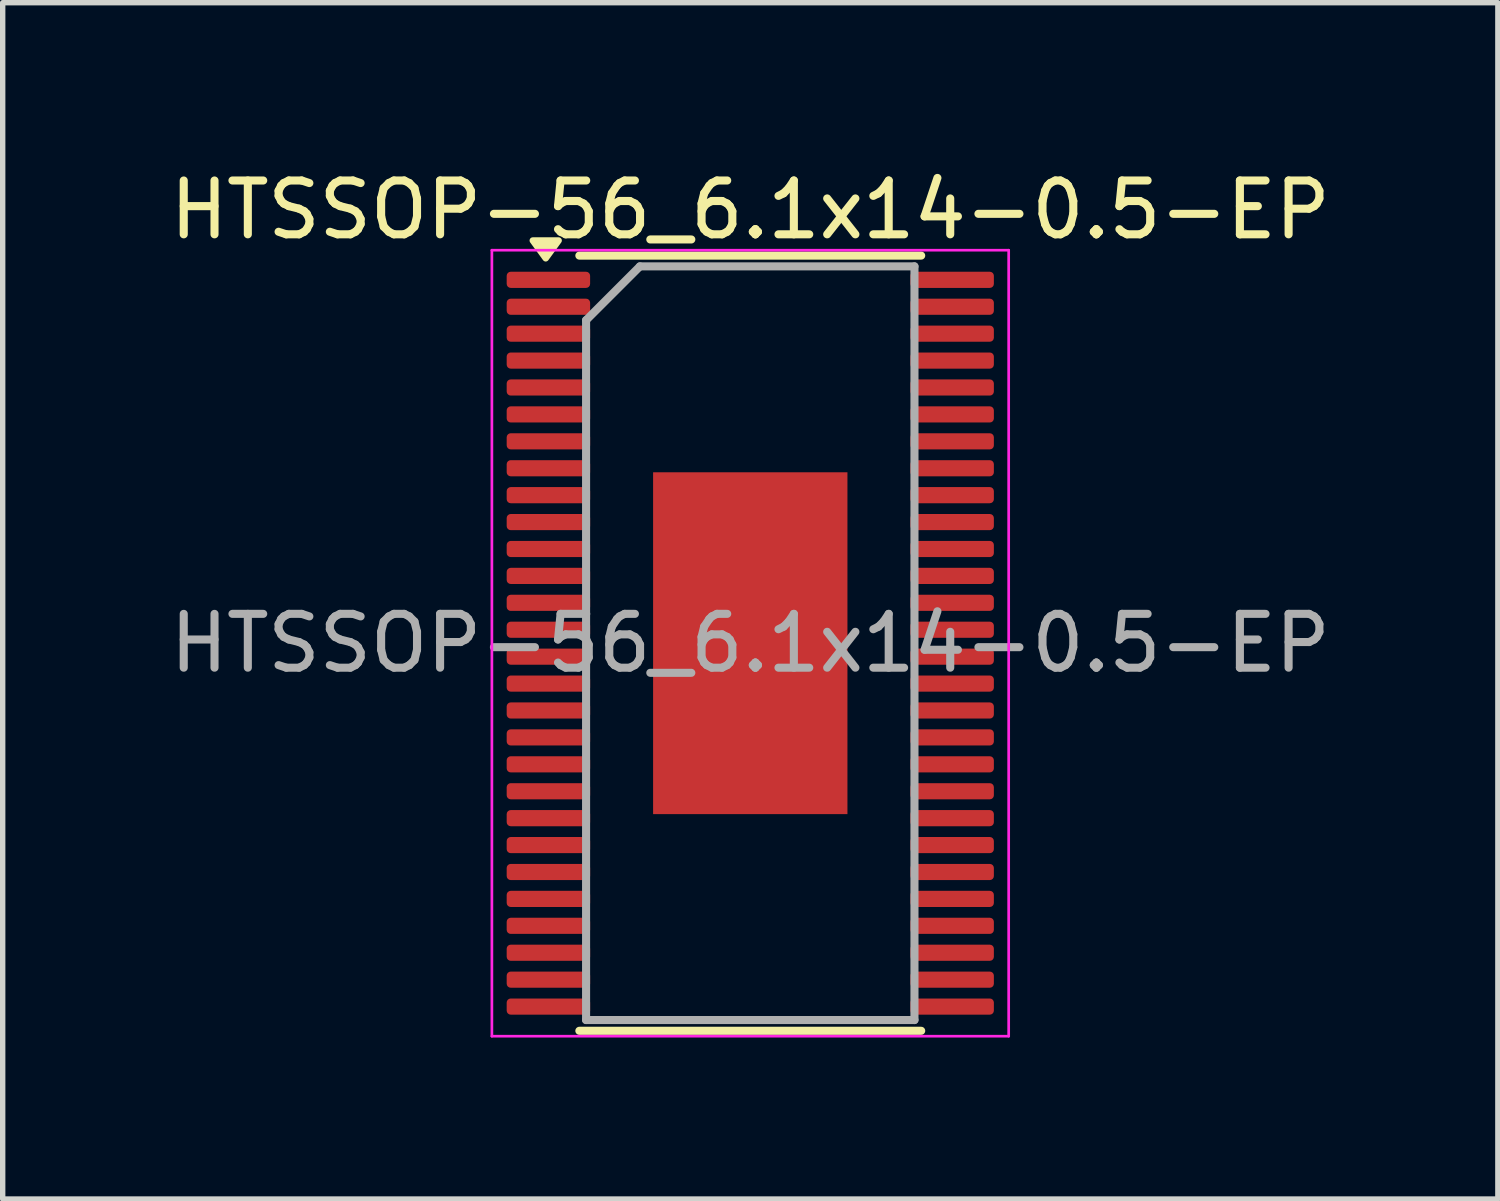
<source format=kicad_pcb>
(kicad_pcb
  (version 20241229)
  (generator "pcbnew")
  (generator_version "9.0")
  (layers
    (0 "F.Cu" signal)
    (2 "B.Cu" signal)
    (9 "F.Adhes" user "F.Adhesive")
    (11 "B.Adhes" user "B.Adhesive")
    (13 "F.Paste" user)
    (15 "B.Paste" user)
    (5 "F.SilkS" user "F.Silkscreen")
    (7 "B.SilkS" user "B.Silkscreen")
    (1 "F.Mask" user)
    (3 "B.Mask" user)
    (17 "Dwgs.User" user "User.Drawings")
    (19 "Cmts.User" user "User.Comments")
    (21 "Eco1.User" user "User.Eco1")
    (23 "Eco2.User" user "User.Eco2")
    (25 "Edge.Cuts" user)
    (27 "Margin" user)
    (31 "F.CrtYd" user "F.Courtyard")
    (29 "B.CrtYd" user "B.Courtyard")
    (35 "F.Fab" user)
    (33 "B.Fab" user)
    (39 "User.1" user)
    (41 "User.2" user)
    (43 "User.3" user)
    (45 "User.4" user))
  (footprint "HTSSOP-56_6.1x14-0.5-EP"
    (layer "F.Cu")
    (at 10.887 8.898)
    (property "Reference" "HTSSOP-56_6.1x14-0.5-EP" (at 0 -8.05 0) (layer "F.SilkS") (effects (font (size 1 1) (thickness 0.15))))
    (attr smd)
    (fp_line (start -3.175 -7.2) (end 3.175 -7.2) (stroke (width 0.15) (type solid)) (layer "F.SilkS"))
    (fp_line (start -3.175 7.2) (end 3.175 7.2) (stroke (width 0.15) (type solid)) (layer "F.SilkS"))
    (fp_poly (pts (xy -3.8 -7.15) (xy -4.04 -7.48) (xy -3.56 -7.48) (xy -3.8 -7.15)) (stroke (width 0.12) (type solid)) (fill yes) (layer "F.SilkS"))
    (fp_rect (start -4.45 -6.825) (end -3.45 -6.675) (stroke (width 0.15) (type solid)) (fill yes) (layer "F.Paste"))
    (fp_rect (start -4.45 -6.325) (end -3.45 -6.175) (stroke (width 0.15) (type solid)) (fill yes) (layer "F.Paste"))
    (fp_rect (start -4.45 -5.825) (end -3.45 -5.675) (stroke (width 0.15) (type solid)) (fill yes) (layer "F.Paste"))
    (fp_rect (start -4.45 -5.325) (end -3.45 -5.175) (stroke (width 0.15) (type solid)) (fill yes) (layer "F.Paste"))
    (fp_rect (start -4.45 -4.825) (end -3.45 -4.675) (stroke (width 0.15) (type solid)) (fill yes) (layer "F.Paste"))
    (fp_rect (start -4.45 -4.325) (end -3.45 -4.175) (stroke (width 0.15) (type solid)) (fill yes) (layer "F.Paste"))
    (fp_rect (start -4.45 -3.825) (end -3.45 -3.675) (stroke (width 0.15) (type solid)) (fill yes) (layer "F.Paste"))
    (fp_rect (start -4.45 -3.325) (end -3.45 -3.175) (stroke (width 0.15) (type solid)) (fill yes) (layer "F.Paste"))
    (fp_rect (start -4.45 -2.825) (end -3.45 -2.675) (stroke (width 0.15) (type solid)) (fill yes) (layer "F.Paste"))
    (fp_rect (start -4.45 -2.325) (end -3.45 -2.175) (stroke (width 0.15) (type solid)) (fill yes) (layer "F.Paste"))
    (fp_rect (start -4.45 -1.825) (end -3.45 -1.675) (stroke (width 0.15) (type solid)) (fill yes) (layer "F.Paste"))
    (fp_rect (start -4.45 -1.325) (end -3.45 -1.175) (stroke (width 0.15) (type solid)) (fill yes) (layer "F.Paste"))
    (fp_rect (start -4.45 -0.825) (end -3.45 -0.675) (stroke (width 0.15) (type solid)) (fill yes) (layer "F.Paste"))
    (fp_rect (start -4.45 -0.325) (end -3.45 -0.175) (stroke (width 0.15) (type solid)) (fill yes) (layer "F.Paste"))
    (fp_rect (start -4.45 0.175) (end -3.45 0.325) (stroke (width 0.15) (type solid)) (fill yes) (layer "F.Paste"))
    (fp_rect (start -4.45 0.675) (end -3.45 0.825) (stroke (width 0.15) (type solid)) (fill yes) (layer "F.Paste"))
    (fp_rect (start -4.45 1.175) (end -3.45 1.325) (stroke (width 0.15) (type solid)) (fill yes) (layer "F.Paste"))
    (fp_rect (start -4.45 1.675) (end -3.45 1.825) (stroke (width 0.15) (type solid)) (fill yes) (layer "F.Paste"))
    (fp_rect (start -4.45 2.175) (end -3.45 2.325) (stroke (width 0.15) (type solid)) (fill yes) (layer "F.Paste"))
    (fp_rect (start -4.45 2.675) (end -3.45 2.825) (stroke (width 0.15) (type solid)) (fill yes) (layer "F.Paste"))
    (fp_rect (start -4.45 3.175) (end -3.45 3.325) (stroke (width 0.15) (type solid)) (fill yes) (layer "F.Paste"))
    (fp_rect (start -4.45 3.675) (end -3.45 3.825) (stroke (width 0.15) (type solid)) (fill yes) (layer "F.Paste"))
    (fp_rect (start -4.45 4.175) (end -3.45 4.325) (stroke (width 0.15) (type solid)) (fill yes) (layer "F.Paste"))
    (fp_rect (start -4.45 4.675) (end -3.45 4.825) (stroke (width 0.15) (type solid)) (fill yes) (layer "F.Paste"))
    (fp_rect (start -4.45 5.175) (end -3.45 5.325) (stroke (width 0.15) (type solid)) (fill yes) (layer "F.Paste"))
    (fp_rect (start -4.45 5.675) (end -3.45 5.825) (stroke (width 0.15) (type solid)) (fill yes) (layer "F.Paste"))
    (fp_rect (start -4.45 6.175) (end -3.45 6.325) (stroke (width 0.15) (type solid)) (fill yes) (layer "F.Paste"))
    (fp_rect (start -4.45 6.675) (end -3.45 6.825) (stroke (width 0.15) (type solid)) (fill yes) (layer "F.Paste"))
    (fp_rect (start 4.45 -6.675) (end 3.45 -6.825) (stroke (width 0.15) (type solid)) (fill yes) (layer "F.Paste"))
    (fp_rect (start 4.45 -6.175) (end 3.45 -6.325) (stroke (width 0.15) (type solid)) (fill yes) (layer "F.Paste"))
    (fp_rect (start 4.45 -5.675) (end 3.45 -5.825) (stroke (width 0.15) (type solid)) (fill yes) (layer "F.Paste"))
    (fp_rect (start 4.45 -5.175) (end 3.45 -5.325) (stroke (width 0.15) (type solid)) (fill yes) (layer "F.Paste"))
    (fp_rect (start 4.45 -4.675) (end 3.45 -4.825) (stroke (width 0.15) (type solid)) (fill yes) (layer "F.Paste"))
    (fp_rect (start 4.45 -4.175) (end 3.45 -4.325) (stroke (width 0.15) (type solid)) (fill yes) (layer "F.Paste"))
    (fp_rect (start 4.45 -3.675) (end 3.45 -3.825) (stroke (width 0.15) (type solid)) (fill yes) (layer "F.Paste"))
    (fp_rect (start 4.45 -3.175) (end 3.45 -3.325) (stroke (width 0.15) (type solid)) (fill yes) (layer "F.Paste"))
    (fp_rect (start 4.45 -2.675) (end 3.45 -2.825) (stroke (width 0.15) (type solid)) (fill yes) (layer "F.Paste"))
    (fp_rect (start 4.45 -2.175) (end 3.45 -2.325) (stroke (width 0.15) (type solid)) (fill yes) (layer "F.Paste"))
    (fp_rect (start 4.45 -1.675) (end 3.45 -1.825) (stroke (width 0.15) (type solid)) (fill yes) (layer "F.Paste"))
    (fp_rect (start 4.45 -1.175) (end 3.45 -1.325) (stroke (width 0.15) (type solid)) (fill yes) (layer "F.Paste"))
    (fp_rect (start 4.45 -0.675) (end 3.45 -0.825) (stroke (width 0.15) (type solid)) (fill yes) (layer "F.Paste"))
    (fp_rect (start 4.45 -0.175) (end 3.45 -0.325) (stroke (width 0.15) (type solid)) (fill yes) (layer "F.Paste"))
    (fp_rect (start 4.45 0.325) (end 3.45 0.175) (stroke (width 0.15) (type solid)) (fill yes) (layer "F.Paste"))
    (fp_rect (start 4.45 0.825) (end 3.45 0.675) (stroke (width 0.15) (type solid)) (fill yes) (layer "F.Paste"))
    (fp_rect (start 4.45 1.325) (end 3.45 1.175) (stroke (width 0.15) (type solid)) (fill yes) (layer "F.Paste"))
    (fp_rect (start 4.45 1.825) (end 3.45 1.675) (stroke (width 0.15) (type solid)) (fill yes) (layer "F.Paste"))
    (fp_rect (start 4.45 2.325) (end 3.45 2.175) (stroke (width 0.15) (type solid)) (fill yes) (layer "F.Paste"))
    (fp_rect (start 4.45 2.825) (end 3.45 2.675) (stroke (width 0.15) (type solid)) (fill yes) (layer "F.Paste"))
    (fp_rect (start 4.45 3.325) (end 3.45 3.175) (stroke (width 0.15) (type solid)) (fill yes) (layer "F.Paste"))
    (fp_rect (start 4.45 3.825) (end 3.45 3.675) (stroke (width 0.15) (type solid)) (fill yes) (layer "F.Paste"))
    (fp_rect (start 4.45 4.325) (end 3.45 4.175) (stroke (width 0.15) (type solid)) (fill yes) (layer "F.Paste"))
    (fp_rect (start 4.45 4.825) (end 3.45 4.675) (stroke (width 0.15) (type solid)) (fill yes) (layer "F.Paste"))
    (fp_rect (start 4.45 5.325) (end 3.45 5.175) (stroke (width 0.15) (type solid)) (fill yes) (layer "F.Paste"))
    (fp_rect (start 4.45 5.825) (end 3.45 5.675) (stroke (width 0.15) (type solid)) (fill yes) (layer "F.Paste"))
    (fp_rect (start 4.45 6.325) (end 3.45 6.175) (stroke (width 0.15) (type solid)) (fill yes) (layer "F.Paste"))
    (fp_rect (start 4.45 6.825) (end 3.45 6.675) (stroke (width 0.15) (type solid)) (fill yes) (layer "F.Paste"))
    (fp_line (start -4.8 -7.3) (end -4.8 7.3) (stroke (width 0.05) (type solid)) (layer "F.CrtYd"))
    (fp_line (start -4.8 -7.3) (end 4.8 -7.3) (stroke (width 0.05) (type solid)) (layer "F.CrtYd"))
    (fp_line (start -4.8 7.3) (end 4.8 7.3) (stroke (width 0.05) (type solid)) (layer "F.CrtYd"))
    (fp_line (start 4.8 -7.3) (end 4.8 7.3) (stroke (width 0.05) (type solid)) (layer "F.CrtYd"))
    (fp_line (start -3.05 -6) (end -2.05 -7) (stroke (width 0.15) (type solid)) (layer "F.Fab"))
    (fp_line (start -3.05 7) (end -3.05 -6) (stroke (width 0.15) (type solid)) (layer "F.Fab"))
    (fp_line (start -2.05 -7) (end 3.05 -7) (stroke (width 0.15) (type solid)) (layer "F.Fab"))
    (fp_line (start 3.05 -7) (end 3.05 7) (stroke (width 0.15) (type solid)) (layer "F.Fab"))
    (fp_line (start 3.05 7) (end -3.05 7) (stroke (width 0.15) (type solid)) (layer "F.Fab"))
    (fp_text user "${REFERENCE}" (at 0 0 0) (layer "F.Fab") (effects (font (size 1 1) (thickness 0.15))))
    (pad "" smd rect (at -1.203 -2.54) (size 0.96 1.03) (layers "F.Paste"))
    (pad "" smd rect (at -1.203 -1.27) (size 0.96 1.03) (layers "F.Paste"))
    (pad "" smd rect (at -1.203 0) (size 0.96 1.03) (layers "F.Paste"))
    (pad "" smd rect (at -1.203 1.27) (size 0.96 1.03) (layers "F.Paste"))
    (pad "" smd rect (at -1.203 2.54) (size 0.96 1.03) (layers "F.Paste"))
    (pad "" smd rect (at 0 -2.54) (size 0.96 1.03) (layers "F.Paste"))
    (pad "" smd rect (at 0 -1.27) (size 0.96 1.03) (layers "F.Paste"))
    (pad "" smd rect (at 0 0) (size 0.96 1.03) (layers "F.Paste"))
    (pad "" smd rect (at 0 1.27) (size 0.96 1.03) (layers "F.Paste"))
    (pad "" smd rect (at 0 2.54) (size 0.96 1.03) (layers "F.Paste"))
    (pad "" smd rect (at 1.203 -2.54) (size 0.96 1.03) (layers "F.Paste"))
    (pad "" smd rect (at 1.203 -1.27) (size 0.96 1.03) (layers "F.Paste"))
    (pad "" smd rect (at 1.203 0) (size 0.96 1.03) (layers "F.Paste"))
    (pad "" smd rect (at 1.203 1.27) (size 0.96 1.03) (layers "F.Paste"))
    (pad "" smd rect (at 1.203 2.54) (size 0.96 1.03) (layers "F.Paste"))
    (pad "1" smd roundrect (at -3.75 -6.75) (size 1.55 0.3) (layers "F.Cu" "F.Mask") (roundrect_rratio 0.25))
    (pad "2" smd roundrect (at -3.75 -6.25) (size 1.55 0.3) (layers "F.Cu" "F.Mask") (roundrect_rratio 0.25))
    (pad "3" smd roundrect (at -3.75 -5.75) (size 1.55 0.3) (layers "F.Cu" "F.Mask") (roundrect_rratio 0.25))
    (pad "4" smd roundrect (at -3.75 -5.25) (size 1.55 0.3) (layers "F.Cu" "F.Mask") (roundrect_rratio 0.25))
    (pad "5" smd roundrect (at -3.75 -4.75) (size 1.55 0.3) (layers "F.Cu" "F.Mask") (roundrect_rratio 0.25))
    (pad "6" smd roundrect (at -3.75 -4.25) (size 1.55 0.3) (layers "F.Cu" "F.Mask") (roundrect_rratio 0.25))
    (pad "7" smd roundrect (at -3.75 -3.75) (size 1.55 0.3) (layers "F.Cu" "F.Mask") (roundrect_rratio 0.25))
    (pad "8" smd roundrect (at -3.75 -3.25) (size 1.55 0.3) (layers "F.Cu" "F.Mask") (roundrect_rratio 0.25))
    (pad "9" smd roundrect (at -3.75 -2.75) (size 1.55 0.3) (layers "F.Cu" "F.Mask") (roundrect_rratio 0.25))
    (pad "10" smd roundrect (at -3.75 -2.25) (size 1.55 0.3) (layers "F.Cu" "F.Mask") (roundrect_rratio 0.25))
    (pad "11" smd roundrect (at -3.75 -1.75) (size 1.55 0.3) (layers "F.Cu" "F.Mask") (roundrect_rratio 0.25))
    (pad "12" smd roundrect (at -3.75 -1.25) (size 1.55 0.3) (layers "F.Cu" "F.Mask") (roundrect_rratio 0.25))
    (pad "13" smd roundrect (at -3.75 -0.75) (size 1.55 0.3) (layers "F.Cu" "F.Mask") (roundrect_rratio 0.25))
    (pad "14" smd roundrect (at -3.75 -0.25) (size 1.55 0.3) (layers "F.Cu" "F.Mask") (roundrect_rratio 0.25))
    (pad "15" smd roundrect (at -3.75 0.25) (size 1.55 0.3) (layers "F.Cu" "F.Mask") (roundrect_rratio 0.25))
    (pad "16" smd roundrect (at -3.75 0.75) (size 1.55 0.3) (layers "F.Cu" "F.Mask") (roundrect_rratio 0.25))
    (pad "17" smd roundrect (at -3.75 1.25) (size 1.55 0.3) (layers "F.Cu" "F.Mask") (roundrect_rratio 0.25))
    (pad "18" smd roundrect (at -3.75 1.75) (size 1.55 0.3) (layers "F.Cu" "F.Mask") (roundrect_rratio 0.25))
    (pad "19" smd roundrect (at -3.75 2.25) (size 1.55 0.3) (layers "F.Cu" "F.Mask") (roundrect_rratio 0.25))
    (pad "20" smd roundrect (at -3.75 2.75) (size 1.55 0.3) (layers "F.Cu" "F.Mask") (roundrect_rratio 0.25))
    (pad "21" smd roundrect (at -3.75 3.25) (size 1.55 0.3) (layers "F.Cu" "F.Mask") (roundrect_rratio 0.25))
    (pad "22" smd roundrect (at -3.75 3.75) (size 1.55 0.3) (layers "F.Cu" "F.Mask") (roundrect_rratio 0.25))
    (pad "23" smd roundrect (at -3.75 4.25) (size 1.55 0.3) (layers "F.Cu" "F.Mask") (roundrect_rratio 0.25))
    (pad "24" smd roundrect (at -3.75 4.75) (size 1.55 0.3) (layers "F.Cu" "F.Mask") (roundrect_rratio 0.25))
    (pad "25" smd roundrect (at -3.75 5.25) (size 1.55 0.3) (layers "F.Cu" "F.Mask") (roundrect_rratio 0.25))
    (pad "26" smd roundrect (at -3.75 5.75) (size 1.55 0.3) (layers "F.Cu" "F.Mask") (roundrect_rratio 0.25))
    (pad "27" smd roundrect (at -3.75 6.25) (size 1.55 0.3) (layers "F.Cu" "F.Mask") (roundrect_rratio 0.25))
    (pad "28" smd roundrect (at -3.75 6.75) (size 1.55 0.3) (layers "F.Cu" "F.Mask") (roundrect_rratio 0.25))
    (pad "29" smd roundrect (at 3.75 6.75) (size 1.55 0.3) (layers "F.Cu" "F.Mask") (roundrect_rratio 0.25))
    (pad "30" smd roundrect (at 3.75 6.25) (size 1.55 0.3) (layers "F.Cu" "F.Mask") (roundrect_rratio 0.25))
    (pad "31" smd roundrect (at 3.75 5.75) (size 1.55 0.3) (layers "F.Cu" "F.Mask") (roundrect_rratio 0.25))
    (pad "32" smd roundrect (at 3.75 5.25) (size 1.55 0.3) (layers "F.Cu" "F.Mask") (roundrect_rratio 0.25))
    (pad "33" smd roundrect (at 3.75 4.75) (size 1.55 0.3) (layers "F.Cu" "F.Mask") (roundrect_rratio 0.25))
    (pad "34" smd roundrect (at 3.75 4.25) (size 1.55 0.3) (layers "F.Cu" "F.Mask") (roundrect_rratio 0.25))
    (pad "35" smd roundrect (at 3.75 3.75) (size 1.55 0.3) (layers "F.Cu" "F.Mask") (roundrect_rratio 0.25))
    (pad "36" smd roundrect (at 3.75 3.25) (size 1.55 0.3) (layers "F.Cu" "F.Mask") (roundrect_rratio 0.25))
    (pad "37" smd roundrect (at 3.75 2.75) (size 1.55 0.3) (layers "F.Cu" "F.Mask") (roundrect_rratio 0.25))
    (pad "38" smd roundrect (at 3.75 2.25) (size 1.55 0.3) (layers "F.Cu" "F.Mask") (roundrect_rratio 0.25))
    (pad "39" smd roundrect (at 3.75 1.75) (size 1.55 0.3) (layers "F.Cu" "F.Mask") (roundrect_rratio 0.25))
    (pad "40" smd roundrect (at 3.75 1.25) (size 1.55 0.3) (layers "F.Cu" "F.Mask") (roundrect_rratio 0.25))
    (pad "41" smd roundrect (at 3.75 0.75) (size 1.55 0.3) (layers "F.Cu" "F.Mask") (roundrect_rratio 0.25))
    (pad "42" smd roundrect (at 3.75 0.25) (size 1.55 0.3) (layers "F.Cu" "F.Mask") (roundrect_rratio 0.25))
    (pad "43" smd roundrect (at 3.75 -0.25) (size 1.55 0.3) (layers "F.Cu" "F.Mask") (roundrect_rratio 0.25))
    (pad "44" smd roundrect (at 3.75 -0.75) (size 1.55 0.3) (layers "F.Cu" "F.Mask") (roundrect_rratio 0.25))
    (pad "45" smd roundrect (at 3.75 -1.25) (size 1.55 0.3) (layers "F.Cu" "F.Mask") (roundrect_rratio 0.25))
    (pad "46" smd roundrect (at 3.75 -1.75) (size 1.55 0.3) (layers "F.Cu" "F.Mask") (roundrect_rratio 0.25))
    (pad "47" smd roundrect (at 3.75 -2.25) (size 1.55 0.3) (layers "F.Cu" "F.Mask") (roundrect_rratio 0.25))
    (pad "48" smd roundrect (at 3.75 -2.75) (size 1.55 0.3) (layers "F.Cu" "F.Mask") (roundrect_rratio 0.25))
    (pad "49" smd roundrect (at 3.75 -3.25) (size 1.55 0.3) (layers "F.Cu" "F.Mask") (roundrect_rratio 0.25))
    (pad "50" smd roundrect (at 3.75 -3.75) (size 1.55 0.3) (layers "F.Cu" "F.Mask") (roundrect_rratio 0.25))
    (pad "51" smd roundrect (at 3.75 -4.25) (size 1.55 0.3) (layers "F.Cu" "F.Mask") (roundrect_rratio 0.25))
    (pad "52" smd roundrect (at 3.75 -4.75) (size 1.55 0.3) (layers "F.Cu" "F.Mask") (roundrect_rratio 0.25))
    (pad "53" smd roundrect (at 3.75 -5.25) (size 1.55 0.3) (layers "F.Cu" "F.Mask") (roundrect_rratio 0.25))
    (pad "54" smd roundrect (at 3.75 -5.75) (size 1.55 0.3) (layers "F.Cu" "F.Mask") (roundrect_rratio 0.25))
    (pad "55" smd roundrect (at 3.75 -6.25) (size 1.55 0.3) (layers "F.Cu" "F.Mask") (roundrect_rratio 0.25))
    (pad "56" smd roundrect (at 3.75 -6.75) (size 1.55 0.3) (layers "F.Cu" "F.Mask") (roundrect_rratio 0.25))
    (pad "57" smd rect (at 0 0) (size 3.61 6.35) (layers "F.Cu" "F.Mask")))
  (gr_rect
    (start -3 -3)
    (end 24.774 19.223)
    (stroke (width 0.1) (type default))
    (fill no)
    (layer "Edge.Cuts")))
</source>
